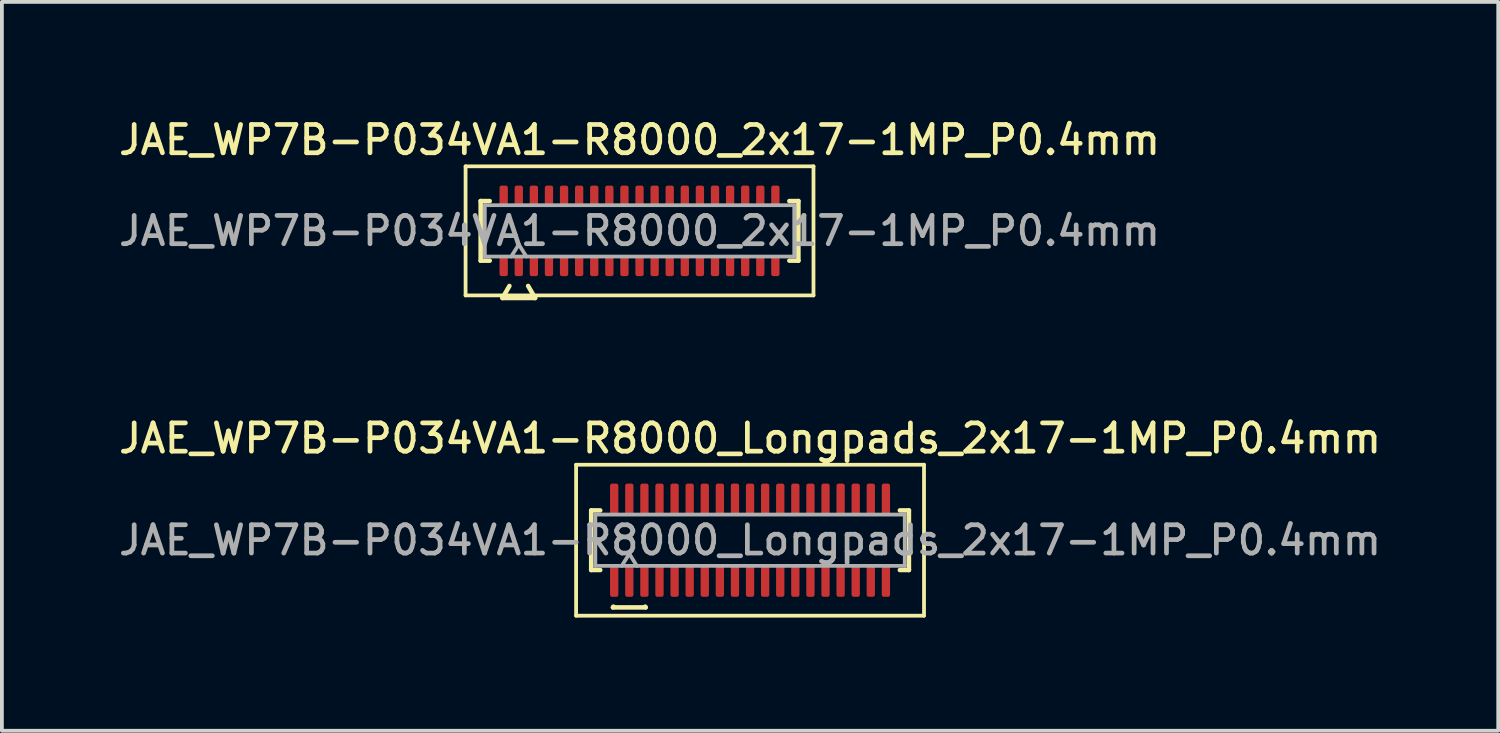
<source format=kicad_pcb>
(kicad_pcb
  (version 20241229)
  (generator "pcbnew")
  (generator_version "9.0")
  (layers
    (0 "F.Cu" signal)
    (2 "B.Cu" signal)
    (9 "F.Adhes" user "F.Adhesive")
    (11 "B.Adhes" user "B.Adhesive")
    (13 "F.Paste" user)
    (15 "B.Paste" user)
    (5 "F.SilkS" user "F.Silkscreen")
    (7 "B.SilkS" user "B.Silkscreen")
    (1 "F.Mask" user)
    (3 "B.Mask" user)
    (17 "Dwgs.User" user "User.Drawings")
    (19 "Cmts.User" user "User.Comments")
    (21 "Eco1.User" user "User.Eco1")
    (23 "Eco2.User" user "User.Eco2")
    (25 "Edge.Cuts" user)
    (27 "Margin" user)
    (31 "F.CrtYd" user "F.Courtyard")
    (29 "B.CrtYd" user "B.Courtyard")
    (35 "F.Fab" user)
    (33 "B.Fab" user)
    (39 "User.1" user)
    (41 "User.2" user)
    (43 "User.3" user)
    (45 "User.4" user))
  (footprint "JAE_WP7B-P034VA1-R8000_2x17-1MP_P0.4mm"
    (layer "F.Cu")
    (at 13.898 3.068)
    (property "Reference" "JAE_WP7B-P034VA1-R8000_2x17-1MP_P0.4mm" (at 0 -2.41 0) (layer "F.SilkS") (effects (font (size 0.75 0.75) (thickness 0.125))))
    (attr smd)
    (fp_line (start -4.61 -1.71) (end -4.61 1.71) (stroke (width 0.1) (type solid)) (layer "F.SilkS"))
    (fp_line (start -4.61 1.71) (end 4.61 1.71) (stroke (width 0.1) (type solid)) (layer "F.SilkS"))
    (fp_line (start -4.21 -0.79) (end -3.97 -0.79) (stroke (width 0.12) (type solid)) (layer "F.SilkS"))
    (fp_line (start -4.21 0.79) (end -4.21 -0.79) (stroke (width 0.12) (type solid)) (layer "F.SilkS"))
    (fp_line (start -3.97 0.79) (end -4.21 0.79) (stroke (width 0.12) (type solid)) (layer "F.SilkS"))
    (fp_line (start -3.633 1.78) (end -3.448 1.46) (stroke (width 0.12) (type solid)) (layer "F.SilkS"))
    (fp_line (start -2.952 1.46) (end -2.767 1.78) (stroke (width 0.12) (type solid)) (layer "F.SilkS"))
    (fp_line (start -2.767 1.78) (end -3.633 1.78) (stroke (width 0.12) (type solid)) (layer "F.SilkS"))
    (fp_line (start 3.97 -0.79) (end 4.21 -0.79) (stroke (width 0.12) (type solid)) (layer "F.SilkS"))
    (fp_line (start 4.21 -0.79) (end 4.21 0.79) (stroke (width 0.12) (type solid)) (layer "F.SilkS"))
    (fp_line (start 4.21 0.79) (end 3.97 0.79) (stroke (width 0.12) (type solid)) (layer "F.SilkS"))
    (fp_line (start 4.61 -1.71) (end -4.61 -1.71) (stroke (width 0.1) (type solid)) (layer "F.SilkS"))
    (fp_line (start 4.61 1.71) (end 4.61 -1.71) (stroke (width 0.1) (type solid)) (layer "F.SilkS"))
    (fp_line (start -4.1 -0.68) (end 4.1 -0.68) (stroke (width 0.1) (type solid)) (layer "F.Fab"))
    (fp_line (start -4.1 0.68) (end -4.1 -0.68) (stroke (width 0.1) (type solid)) (layer "F.Fab"))
    (fp_line (start -3.4 0.68) (end -3.2 0.36) (stroke (width 0.1) (type solid)) (layer "F.Fab"))
    (fp_line (start -3.2 0.36) (end -3 0.68) (stroke (width 0.1) (type solid)) (layer "F.Fab"))
    (fp_line (start 4.1 -0.68) (end 4.1 0.68) (stroke (width 0.1) (type solid)) (layer "F.Fab"))
    (fp_line (start 4.1 0.68) (end -4.1 0.68) (stroke (width 0.1) (type solid)) (layer "F.Fab"))
    (fp_text user "${REFERENCE}" (at 0 0 0) (layer "F.Fab") (effects (font (size 0.75 0.75) (thickness 0.125))))
    (pad "1" smd roundrect (at -3.2 0.925) (size 0.22 0.55) (layers "F.Cu" "F.Mask" "F.Paste") (roundrect_rratio 0.25))
    (pad "2" smd roundrect (at -3.2 -0.925) (size 0.22 0.55) (layers "F.Cu" "F.Mask" "F.Paste") (roundrect_rratio 0.25))
    (pad "3" smd roundrect (at -2.8 0.925) (size 0.22 0.55) (layers "F.Cu" "F.Mask" "F.Paste") (roundrect_rratio 0.25))
    (pad "4" smd roundrect (at -2.8 -0.925) (size 0.22 0.55) (layers "F.Cu" "F.Mask" "F.Paste") (roundrect_rratio 0.25))
    (pad "5" smd roundrect (at -2.4 0.925) (size 0.22 0.55) (layers "F.Cu" "F.Mask" "F.Paste") (roundrect_rratio 0.25))
    (pad "6" smd roundrect (at -2.4 -0.925) (size 0.22 0.55) (layers "F.Cu" "F.Mask" "F.Paste") (roundrect_rratio 0.25))
    (pad "7" smd roundrect (at -2 0.925) (size 0.22 0.55) (layers "F.Cu" "F.Mask" "F.Paste") (roundrect_rratio 0.25))
    (pad "8" smd roundrect (at -2 -0.925) (size 0.22 0.55) (layers "F.Cu" "F.Mask" "F.Paste") (roundrect_rratio 0.25))
    (pad "9" smd roundrect (at -1.6 0.925) (size 0.22 0.55) (layers "F.Cu" "F.Mask" "F.Paste") (roundrect_rratio 0.25))
    (pad "10" smd roundrect (at -1.6 -0.925) (size 0.22 0.55) (layers "F.Cu" "F.Mask" "F.Paste") (roundrect_rratio 0.25))
    (pad "11" smd roundrect (at -1.2 0.925) (size 0.22 0.55) (layers "F.Cu" "F.Mask" "F.Paste") (roundrect_rratio 0.25))
    (pad "12" smd roundrect (at -1.2 -0.925) (size 0.22 0.55) (layers "F.Cu" "F.Mask" "F.Paste") (roundrect_rratio 0.25))
    (pad "13" smd roundrect (at -0.8 0.925) (size 0.22 0.55) (layers "F.Cu" "F.Mask" "F.Paste") (roundrect_rratio 0.25))
    (pad "14" smd roundrect (at -0.8 -0.925) (size 0.22 0.55) (layers "F.Cu" "F.Mask" "F.Paste") (roundrect_rratio 0.25))
    (pad "15" smd roundrect (at -0.4 0.925) (size 0.22 0.55) (layers "F.Cu" "F.Mask" "F.Paste") (roundrect_rratio 0.25))
    (pad "16" smd roundrect (at -0.4 -0.925) (size 0.22 0.55) (layers "F.Cu" "F.Mask" "F.Paste") (roundrect_rratio 0.25))
    (pad "17" smd roundrect (at 0 0.925) (size 0.22 0.55) (layers "F.Cu" "F.Mask" "F.Paste") (roundrect_rratio 0.25))
    (pad "18" smd roundrect (at 0 -0.925) (size 0.22 0.55) (layers "F.Cu" "F.Mask" "F.Paste") (roundrect_rratio 0.25))
    (pad "19" smd roundrect (at 0.4 0.925) (size 0.22 0.55) (layers "F.Cu" "F.Mask" "F.Paste") (roundrect_rratio 0.25))
    (pad "20" smd roundrect (at 0.4 -0.925) (size 0.22 0.55) (layers "F.Cu" "F.Mask" "F.Paste") (roundrect_rratio 0.25))
    (pad "21" smd roundrect (at 0.8 0.925) (size 0.22 0.55) (layers "F.Cu" "F.Mask" "F.Paste") (roundrect_rratio 0.25))
    (pad "22" smd roundrect (at 0.8 -0.925) (size 0.22 0.55) (layers "F.Cu" "F.Mask" "F.Paste") (roundrect_rratio 0.25))
    (pad "23" smd roundrect (at 1.2 0.925) (size 0.22 0.55) (layers "F.Cu" "F.Mask" "F.Paste") (roundrect_rratio 0.25))
    (pad "24" smd roundrect (at 1.2 -0.925) (size 0.22 0.55) (layers "F.Cu" "F.Mask" "F.Paste") (roundrect_rratio 0.25))
    (pad "25" smd roundrect (at 1.6 0.925) (size 0.22 0.55) (layers "F.Cu" "F.Mask" "F.Paste") (roundrect_rratio 0.25))
    (pad "26" smd roundrect (at 1.6 -0.925) (size 0.22 0.55) (layers "F.Cu" "F.Mask" "F.Paste") (roundrect_rratio 0.25))
    (pad "27" smd roundrect (at 2 0.925) (size 0.22 0.55) (layers "F.Cu" "F.Mask" "F.Paste") (roundrect_rratio 0.25))
    (pad "28" smd roundrect (at 2 -0.925) (size 0.22 0.55) (layers "F.Cu" "F.Mask" "F.Paste") (roundrect_rratio 0.25))
    (pad "29" smd roundrect (at 2.4 0.925) (size 0.22 0.55) (layers "F.Cu" "F.Mask" "F.Paste") (roundrect_rratio 0.25))
    (pad "30" smd roundrect (at 2.4 -0.925) (size 0.22 0.55) (layers "F.Cu" "F.Mask" "F.Paste") (roundrect_rratio 0.25))
    (pad "31" smd roundrect (at 2.8 0.925) (size 0.22 0.55) (layers "F.Cu" "F.Mask" "F.Paste") (roundrect_rratio 0.25))
    (pad "32" smd roundrect (at 2.8 -0.925) (size 0.22 0.55) (layers "F.Cu" "F.Mask" "F.Paste") (roundrect_rratio 0.25))
    (pad "33" smd roundrect (at 3.2 0.925) (size 0.22 0.55) (layers "F.Cu" "F.Mask" "F.Paste") (roundrect_rratio 0.25))
    (pad "34" smd roundrect (at 3.2 -0.925) (size 0.22 0.55) (layers "F.Cu" "F.Mask" "F.Paste") (roundrect_rratio 0.25))
    (pad "MP" smd roundrect (at -3.6 -0.925) (size 0.22 0.55) (layers "F.Cu" "F.Mask" "F.Paste") (roundrect_rratio 0.25))
    (pad "MP" smd roundrect (at -3.6 0.925) (size 0.22 0.55) (layers "F.Cu" "F.Mask" "F.Paste") (roundrect_rratio 0.25))
    (pad "MP" smd roundrect (at 3.6 -0.925) (size 0.22 0.55) (layers "F.Cu" "F.Mask" "F.Paste") (roundrect_rratio 0.25))
    (pad "MP" smd roundrect (at 3.6 0.925) (size 0.22 0.55) (layers "F.Cu" "F.Mask" "F.Paste") (roundrect_rratio 0.25)))
  (footprint "JAE_WP7B-P034VA1-R8000_Longpads_2x17-1MP_P0.4mm"
    (layer "F.Cu")
    (at 16.827 11.266)
    (property "Reference" "JAE_WP7B-P034VA1-R8000_Longpads_2x17-1MP_P0.4mm" (at 0 -2.7 0) (layer "F.SilkS") (effects (font (size 0.75 0.75) (thickness 0.125))))
    (attr smd)
    (fp_line (start -4.61 -2) (end -4.61 2) (stroke (width 0.1) (type solid)) (layer "F.SilkS"))
    (fp_line (start -4.61 2) (end 4.61 2) (stroke (width 0.1) (type solid)) (layer "F.SilkS"))
    (fp_line (start -4.21 -0.79) (end -3.97 -0.79) (stroke (width 0.12) (type solid)) (layer "F.SilkS"))
    (fp_line (start -4.21 0.79) (end -4.21 -0.79) (stroke (width 0.12) (type solid)) (layer "F.SilkS"))
    (fp_line (start -3.97 0.79) (end -4.21 0.79) (stroke (width 0.12) (type solid)) (layer "F.SilkS"))
    (fp_line (start -3.633 1.78) (end -3.621 1.76) (stroke (width 0.12) (type solid)) (layer "F.SilkS"))
    (fp_line (start -2.779 1.76) (end -2.767 1.78) (stroke (width 0.12) (type solid)) (layer "F.SilkS"))
    (fp_line (start -2.767 1.78) (end -3.633 1.78) (stroke (width 0.12) (type solid)) (layer "F.SilkS"))
    (fp_line (start 3.97 -0.79) (end 4.21 -0.79) (stroke (width 0.12) (type solid)) (layer "F.SilkS"))
    (fp_line (start 4.21 -0.79) (end 4.21 0.79) (stroke (width 0.12) (type solid)) (layer "F.SilkS"))
    (fp_line (start 4.21 0.79) (end 3.97 0.79) (stroke (width 0.12) (type solid)) (layer "F.SilkS"))
    (fp_line (start 4.61 -2) (end -4.61 -2) (stroke (width 0.1) (type solid)) (layer "F.SilkS"))
    (fp_line (start 4.61 2) (end 4.61 -2) (stroke (width 0.1) (type solid)) (layer "F.SilkS"))
    (fp_line (start -4.1 -0.68) (end 4.1 -0.68) (stroke (width 0.1) (type solid)) (layer "F.Fab"))
    (fp_line (start -4.1 0.68) (end -4.1 -0.68) (stroke (width 0.1) (type solid)) (layer "F.Fab"))
    (fp_line (start -3.4 0.68) (end -3.2 0.36) (stroke (width 0.1) (type solid)) (layer "F.Fab"))
    (fp_line (start -3.2 0.36) (end -3 0.68) (stroke (width 0.1) (type solid)) (layer "F.Fab"))
    (fp_line (start 4.1 -0.68) (end 4.1 0.68) (stroke (width 0.1) (type solid)) (layer "F.Fab"))
    (fp_line (start 4.1 0.68) (end -4.1 0.68) (stroke (width 0.1) (type solid)) (layer "F.Fab"))
    (fp_text user "${REFERENCE}" (at 0 0 0) (layer "F.Fab") (effects (font (size 0.75 0.75) (thickness 0.125))))
    (pad "1" smd roundrect (at -3.2 1.075) (size 0.22 0.85) (layers "F.Cu" "F.Mask" "F.Paste") (roundrect_rratio 0.25))
    (pad "2" smd roundrect (at -3.2 -1.075) (size 0.22 0.85) (layers "F.Cu" "F.Mask" "F.Paste") (roundrect_rratio 0.25))
    (pad "3" smd roundrect (at -2.8 1.075) (size 0.22 0.85) (layers "F.Cu" "F.Mask" "F.Paste") (roundrect_rratio 0.25))
    (pad "4" smd roundrect (at -2.8 -1.075) (size 0.22 0.85) (layers "F.Cu" "F.Mask" "F.Paste") (roundrect_rratio 0.25))
    (pad "5" smd roundrect (at -2.4 1.075) (size 0.22 0.85) (layers "F.Cu" "F.Mask" "F.Paste") (roundrect_rratio 0.25))
    (pad "6" smd roundrect (at -2.4 -1.075) (size 0.22 0.85) (layers "F.Cu" "F.Mask" "F.Paste") (roundrect_rratio 0.25))
    (pad "7" smd roundrect (at -2 1.075) (size 0.22 0.85) (layers "F.Cu" "F.Mask" "F.Paste") (roundrect_rratio 0.25))
    (pad "8" smd roundrect (at -2 -1.075) (size 0.22 0.85) (layers "F.Cu" "F.Mask" "F.Paste") (roundrect_rratio 0.25))
    (pad "9" smd roundrect (at -1.6 1.075) (size 0.22 0.85) (layers "F.Cu" "F.Mask" "F.Paste") (roundrect_rratio 0.25))
    (pad "10" smd roundrect (at -1.6 -1.075) (size 0.22 0.85) (layers "F.Cu" "F.Mask" "F.Paste") (roundrect_rratio 0.25))
    (pad "11" smd roundrect (at -1.2 1.075) (size 0.22 0.85) (layers "F.Cu" "F.Mask" "F.Paste") (roundrect_rratio 0.25))
    (pad "12" smd roundrect (at -1.2 -1.075) (size 0.22 0.85) (layers "F.Cu" "F.Mask" "F.Paste") (roundrect_rratio 0.25))
    (pad "13" smd roundrect (at -0.8 1.075) (size 0.22 0.85) (layers "F.Cu" "F.Mask" "F.Paste") (roundrect_rratio 0.25))
    (pad "14" smd roundrect (at -0.8 -1.075) (size 0.22 0.85) (layers "F.Cu" "F.Mask" "F.Paste") (roundrect_rratio 0.25))
    (pad "15" smd roundrect (at -0.4 1.075) (size 0.22 0.85) (layers "F.Cu" "F.Mask" "F.Paste") (roundrect_rratio 0.25))
    (pad "16" smd roundrect (at -0.4 -1.075) (size 0.22 0.85) (layers "F.Cu" "F.Mask" "F.Paste") (roundrect_rratio 0.25))
    (pad "17" smd roundrect (at 0 1.075) (size 0.22 0.85) (layers "F.Cu" "F.Mask" "F.Paste") (roundrect_rratio 0.25))
    (pad "18" smd roundrect (at 0 -1.075) (size 0.22 0.85) (layers "F.Cu" "F.Mask" "F.Paste") (roundrect_rratio 0.25))
    (pad "19" smd roundrect (at 0.4 1.075) (size 0.22 0.85) (layers "F.Cu" "F.Mask" "F.Paste") (roundrect_rratio 0.25))
    (pad "20" smd roundrect (at 0.4 -1.075) (size 0.22 0.85) (layers "F.Cu" "F.Mask" "F.Paste") (roundrect_rratio 0.25))
    (pad "21" smd roundrect (at 0.8 1.075) (size 0.22 0.85) (layers "F.Cu" "F.Mask" "F.Paste") (roundrect_rratio 0.25))
    (pad "22" smd roundrect (at 0.8 -1.075) (size 0.22 0.85) (layers "F.Cu" "F.Mask" "F.Paste") (roundrect_rratio 0.25))
    (pad "23" smd roundrect (at 1.2 1.075) (size 0.22 0.85) (layers "F.Cu" "F.Mask" "F.Paste") (roundrect_rratio 0.25))
    (pad "24" smd roundrect (at 1.2 -1.075) (size 0.22 0.85) (layers "F.Cu" "F.Mask" "F.Paste") (roundrect_rratio 0.25))
    (pad "25" smd roundrect (at 1.6 1.075) (size 0.22 0.85) (layers "F.Cu" "F.Mask" "F.Paste") (roundrect_rratio 0.25))
    (pad "26" smd roundrect (at 1.6 -1.075) (size 0.22 0.85) (layers "F.Cu" "F.Mask" "F.Paste") (roundrect_rratio 0.25))
    (pad "27" smd roundrect (at 2 1.075) (size 0.22 0.85) (layers "F.Cu" "F.Mask" "F.Paste") (roundrect_rratio 0.25))
    (pad "28" smd roundrect (at 2 -1.075) (size 0.22 0.85) (layers "F.Cu" "F.Mask" "F.Paste") (roundrect_rratio 0.25))
    (pad "29" smd roundrect (at 2.4 1.075) (size 0.22 0.85) (layers "F.Cu" "F.Mask" "F.Paste") (roundrect_rratio 0.25))
    (pad "30" smd roundrect (at 2.4 -1.075) (size 0.22 0.85) (layers "F.Cu" "F.Mask" "F.Paste") (roundrect_rratio 0.25))
    (pad "31" smd roundrect (at 2.8 1.075) (size 0.22 0.85) (layers "F.Cu" "F.Mask" "F.Paste") (roundrect_rratio 0.25))
    (pad "32" smd roundrect (at 2.8 -1.075) (size 0.22 0.85) (layers "F.Cu" "F.Mask" "F.Paste") (roundrect_rratio 0.25))
    (pad "33" smd roundrect (at 3.2 1.075) (size 0.22 0.85) (layers "F.Cu" "F.Mask" "F.Paste") (roundrect_rratio 0.25))
    (pad "34" smd roundrect (at 3.2 -1.075) (size 0.22 0.85) (layers "F.Cu" "F.Mask" "F.Paste") (roundrect_rratio 0.25))
    (pad "MP" smd roundrect (at -3.6 -1.075) (size 0.22 0.85) (layers "F.Cu" "F.Mask" "F.Paste") (roundrect_rratio 0.25))
    (pad "MP" smd roundrect (at -3.6 1.075) (size 0.22 0.85) (layers "F.Cu" "F.Mask" "F.Paste") (roundrect_rratio 0.25))
    (pad "MP" smd roundrect (at 3.6 -1.075) (size 0.22 0.85) (layers "F.Cu" "F.Mask" "F.Paste") (roundrect_rratio 0.25))
    (pad "MP" smd roundrect (at 3.6 1.075) (size 0.22 0.85) (layers "F.Cu" "F.Mask" "F.Paste") (roundrect_rratio 0.25)))
  (gr_rect
    (start -3 -3)
    (end 36.654 16.316)
    (stroke (width 0.1) (type default))
    (fill no)
    (layer "Edge.Cuts")))
</source>
